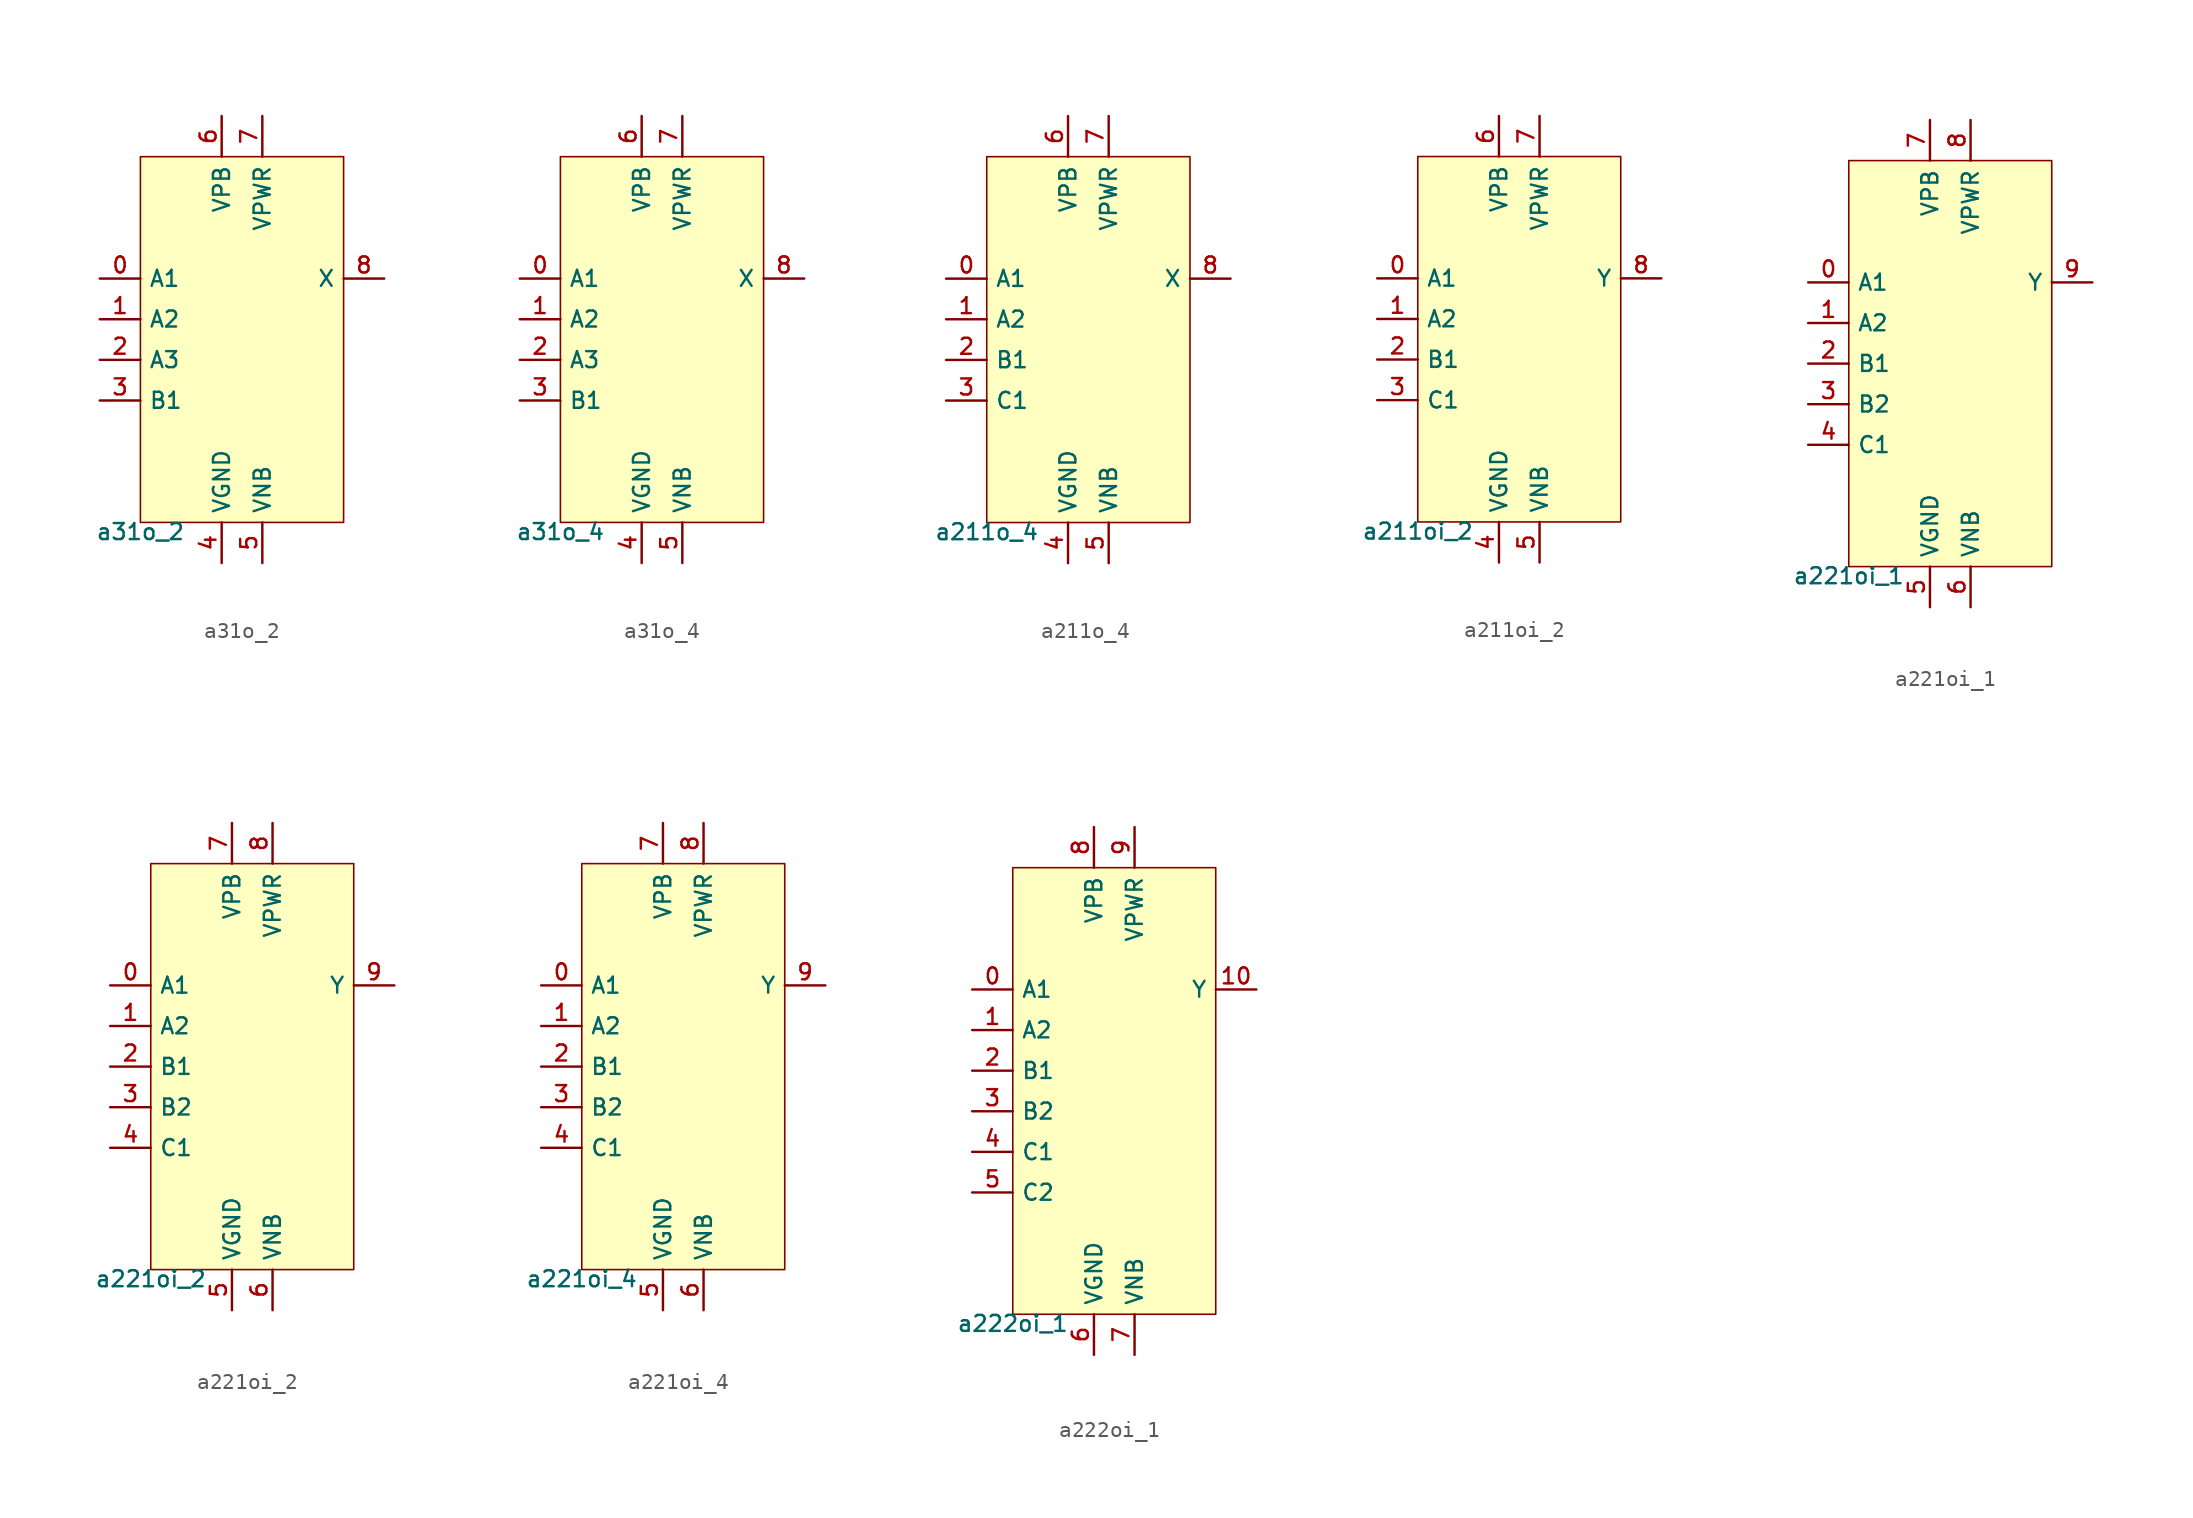
<source format=kicad_sym>
(kicad_symbol_lib
  (version 20211014)
  (generator pdk2kicad)
  (symbol "a31o_2"
    (property "Reference" "X"
      (at 0 0 0)
      (effects (font (size 1 1)) hide))
    (property "Value" "a31o_2"
      (at -6.35 -11.43 0)
      (effects (font (size 1 1)) (justify top)))
    (rectangle
      (start -6.35 -11.43)
      (end 6.35 11.43)
      (stroke (width 0.1) (type solid) (color 0 0 0 0))
      (fill (type background)))
    (pin input line
      (at -8.89 3.81 0)
      (length 2.54)
      (name "A1" (effects (font (size 1 1)) hide))
      (number "0" (effects (font (size 1 1)) hide)))
    (pin input line
      (at -8.89 1.27 0)
      (length 2.54)
      (name "A2" (effects (font (size 1 1)) hide))
      (number "1" (effects (font (size 1 1)) hide)))
    (pin input line
      (at -8.89 -1.27 0)
      (length 2.54)
      (name "A3" (effects (font (size 1 1)) hide))
      (number "2" (effects (font (size 1 1)) hide)))
    (pin input line
      (at -8.89 -3.81 0)
      (length 2.54)
      (name "B1" (effects (font (size 1 1)) hide))
      (number "3" (effects (font (size 1 1)) hide)))
    (pin power_in line
      (at -1.27 -13.97 90)
      (length 2.54)
      (name "VGND" (effects (font (size 1 1)) hide))
      (number "4" (effects (font (size 1 1)) hide)))
    (pin power_in line
      (at 1.27 -13.97 90)
      (length 2.54)
      (name "VNB" (effects (font (size 1 1)) hide))
      (number "5" (effects (font (size 1 1)) hide)))
    (pin power_in line
      (at -1.27 13.97 270)
      (length 2.54)
      (name "VPB" (effects (font (size 1 1)) hide))
      (number "6" (effects (font (size 1 1)) hide)))
    (pin power_in line
      (at 1.27 13.97 270)
      (length 2.54)
      (name "VPWR" (effects (font (size 1 1)) hide))
      (number "7" (effects (font (size 1 1)) hide)))
    (pin output line
      (at 8.89 3.81 180)
      (length 2.54)
      (name "X" (effects (font (size 1 1)) hide))
      (number "8" (effects (font (size 1 1)) hide))))
  (symbol "a31o_4"
    (property "Reference" "X"
      (at 0 0 0)
      (effects (font (size 1 1)) hide))
    (property "Value" "a31o_4"
      (at -6.35 -11.43 0)
      (effects (font (size 1 1)) (justify top)))
    (rectangle
      (start -6.35 -11.43)
      (end 6.35 11.43)
      (stroke (width 0.1) (type solid) (color 0 0 0 0))
      (fill (type background)))
    (pin input line
      (at -8.89 3.81 0)
      (length 2.54)
      (name "A1" (effects (font (size 1 1)) hide))
      (number "0" (effects (font (size 1 1)) hide)))
    (pin input line
      (at -8.89 1.27 0)
      (length 2.54)
      (name "A2" (effects (font (size 1 1)) hide))
      (number "1" (effects (font (size 1 1)) hide)))
    (pin input line
      (at -8.89 -1.27 0)
      (length 2.54)
      (name "A3" (effects (font (size 1 1)) hide))
      (number "2" (effects (font (size 1 1)) hide)))
    (pin input line
      (at -8.89 -3.81 0)
      (length 2.54)
      (name "B1" (effects (font (size 1 1)) hide))
      (number "3" (effects (font (size 1 1)) hide)))
    (pin power_in line
      (at -1.27 -13.97 90)
      (length 2.54)
      (name "VGND" (effects (font (size 1 1)) hide))
      (number "4" (effects (font (size 1 1)) hide)))
    (pin power_in line
      (at 1.27 -13.97 90)
      (length 2.54)
      (name "VNB" (effects (font (size 1 1)) hide))
      (number "5" (effects (font (size 1 1)) hide)))
    (pin power_in line
      (at -1.27 13.97 270)
      (length 2.54)
      (name "VPB" (effects (font (size 1 1)) hide))
      (number "6" (effects (font (size 1 1)) hide)))
    (pin power_in line
      (at 1.27 13.97 270)
      (length 2.54)
      (name "VPWR" (effects (font (size 1 1)) hide))
      (number "7" (effects (font (size 1 1)) hide)))
    (pin output line
      (at 8.89 3.81 180)
      (length 2.54)
      (name "X" (effects (font (size 1 1)) hide))
      (number "8" (effects (font (size 1 1)) hide))))
  (symbol "a211o_4"
    (property "Reference" "X"
      (at 0 0 0)
      (effects (font (size 1 1)) hide))
    (property "Value" "a211o_4"
      (at -6.35 -11.43 0)
      (effects (font (size 1 1)) (justify top)))
    (rectangle
      (start -6.35 -11.43)
      (end 6.35 11.43)
      (stroke (width 0.1) (type solid) (color 0 0 0 0))
      (fill (type background)))
    (pin input line
      (at -8.89 3.81 0)
      (length 2.54)
      (name "A1" (effects (font (size 1 1)) hide))
      (number "0" (effects (font (size 1 1)) hide)))
    (pin input line
      (at -8.89 1.27 0)
      (length 2.54)
      (name "A2" (effects (font (size 1 1)) hide))
      (number "1" (effects (font (size 1 1)) hide)))
    (pin input line
      (at -8.89 -1.27 0)
      (length 2.54)
      (name "B1" (effects (font (size 1 1)) hide))
      (number "2" (effects (font (size 1 1)) hide)))
    (pin input line
      (at -8.89 -3.81 0)
      (length 2.54)
      (name "C1" (effects (font (size 1 1)) hide))
      (number "3" (effects (font (size 1 1)) hide)))
    (pin power_in line
      (at -1.27 -13.97 90)
      (length 2.54)
      (name "VGND" (effects (font (size 1 1)) hide))
      (number "4" (effects (font (size 1 1)) hide)))
    (pin power_in line
      (at 1.27 -13.97 90)
      (length 2.54)
      (name "VNB" (effects (font (size 1 1)) hide))
      (number "5" (effects (font (size 1 1)) hide)))
    (pin power_in line
      (at -1.27 13.97 270)
      (length 2.54)
      (name "VPB" (effects (font (size 1 1)) hide))
      (number "6" (effects (font (size 1 1)) hide)))
    (pin power_in line
      (at 1.27 13.97 270)
      (length 2.54)
      (name "VPWR" (effects (font (size 1 1)) hide))
      (number "7" (effects (font (size 1 1)) hide)))
    (pin output line
      (at 8.89 3.81 180)
      (length 2.54)
      (name "X" (effects (font (size 1 1)) hide))
      (number "8" (effects (font (size 1 1)) hide))))
  (symbol "a211oi_2"
    (property "Reference" "X"
      (at 0 0 0)
      (effects (font (size 1 1)) hide))
    (property "Value" "a211oi_2"
      (at -6.35 -11.43 0)
      (effects (font (size 1 1)) (justify top)))
    (rectangle
      (start -6.35 -11.43)
      (end 6.35 11.43)
      (stroke (width 0.1) (type solid) (color 0 0 0 0))
      (fill (type background)))
    (pin input line
      (at -8.89 3.81 0)
      (length 2.54)
      (name "A1" (effects (font (size 1 1)) hide))
      (number "0" (effects (font (size 1 1)) hide)))
    (pin input line
      (at -8.89 1.27 0)
      (length 2.54)
      (name "A2" (effects (font (size 1 1)) hide))
      (number "1" (effects (font (size 1 1)) hide)))
    (pin input line
      (at -8.89 -1.27 0)
      (length 2.54)
      (name "B1" (effects (font (size 1 1)) hide))
      (number "2" (effects (font (size 1 1)) hide)))
    (pin input line
      (at -8.89 -3.81 0)
      (length 2.54)
      (name "C1" (effects (font (size 1 1)) hide))
      (number "3" (effects (font (size 1 1)) hide)))
    (pin power_in line
      (at -1.27 -13.97 90)
      (length 2.54)
      (name "VGND" (effects (font (size 1 1)) hide))
      (number "4" (effects (font (size 1 1)) hide)))
    (pin power_in line
      (at 1.27 -13.97 90)
      (length 2.54)
      (name "VNB" (effects (font (size 1 1)) hide))
      (number "5" (effects (font (size 1 1)) hide)))
    (pin power_in line
      (at -1.27 13.97 270)
      (length 2.54)
      (name "VPB" (effects (font (size 1 1)) hide))
      (number "6" (effects (font (size 1 1)) hide)))
    (pin power_in line
      (at 1.27 13.97 270)
      (length 2.54)
      (name "VPWR" (effects (font (size 1 1)) hide))
      (number "7" (effects (font (size 1 1)) hide)))
    (pin output line
      (at 8.89 3.81 180)
      (length 2.54)
      (name "Y" (effects (font (size 1 1)) hide))
      (number "8" (effects (font (size 1 1)) hide))))
  (symbol "a221oi_1"
    (property "Reference" "X"
      (at 0 0 0)
      (effects (font (size 1 1)) hide))
    (property "Value" "a221oi_1"
      (at -6.35 -12.7 0)
      (effects (font (size 1 1)) (justify top)))
    (rectangle
      (start -6.35 -12.7)
      (end 6.35 12.7)
      (stroke (width 0.1) (type solid) (color 0 0 0 0))
      (fill (type background)))
    (pin input line
      (at -8.89 5.08 0)
      (length 2.54)
      (name "A1" (effects (font (size 1 1)) hide))
      (number "0" (effects (font (size 1 1)) hide)))
    (pin input line
      (at -8.89 2.54 0)
      (length 2.54)
      (name "A2" (effects (font (size 1 1)) hide))
      (number "1" (effects (font (size 1 1)) hide)))
    (pin input line
      (at -8.89 -8.881784197001252e-16 0)
      (length 2.54)
      (name "B1" (effects (font (size 1 1)) hide))
      (number "2" (effects (font (size 1 1)) hide)))
    (pin input line
      (at -8.89 -2.54 0)
      (length 2.54)
      (name "B2" (effects (font (size 1 1)) hide))
      (number "3" (effects (font (size 1 1)) hide)))
    (pin input line
      (at -8.89 -5.08 0)
      (length 2.54)
      (name "C1" (effects (font (size 1 1)) hide))
      (number "4" (effects (font (size 1 1)) hide)))
    (pin power_in line
      (at -1.27 -15.24 90)
      (length 2.54)
      (name "VGND" (effects (font (size 1 1)) hide))
      (number "5" (effects (font (size 1 1)) hide)))
    (pin power_in line
      (at 1.27 -15.24 90)
      (length 2.54)
      (name "VNB" (effects (font (size 1 1)) hide))
      (number "6" (effects (font (size 1 1)) hide)))
    (pin power_in line
      (at -1.27 15.24 270)
      (length 2.54)
      (name "VPB" (effects (font (size 1 1)) hide))
      (number "7" (effects (font (size 1 1)) hide)))
    (pin power_in line
      (at 1.27 15.24 270)
      (length 2.54)
      (name "VPWR" (effects (font (size 1 1)) hide))
      (number "8" (effects (font (size 1 1)) hide)))
    (pin output line
      (at 8.89 5.08 180)
      (length 2.54)
      (name "Y" (effects (font (size 1 1)) hide))
      (number "9" (effects (font (size 1 1)) hide))))
  (symbol "a221oi_2"
    (property "Reference" "X"
      (at 0 0 0)
      (effects (font (size 1 1)) hide))
    (property "Value" "a221oi_2"
      (at -6.35 -12.7 0)
      (effects (font (size 1 1)) (justify top)))
    (rectangle
      (start -6.35 -12.7)
      (end 6.35 12.7)
      (stroke (width 0.1) (type solid) (color 0 0 0 0))
      (fill (type background)))
    (pin input line
      (at -8.89 5.08 0)
      (length 2.54)
      (name "A1" (effects (font (size 1 1)) hide))
      (number "0" (effects (font (size 1 1)) hide)))
    (pin input line
      (at -8.89 2.54 0)
      (length 2.54)
      (name "A2" (effects (font (size 1 1)) hide))
      (number "1" (effects (font (size 1 1)) hide)))
    (pin input line
      (at -8.89 -8.881784197001252e-16 0)
      (length 2.54)
      (name "B1" (effects (font (size 1 1)) hide))
      (number "2" (effects (font (size 1 1)) hide)))
    (pin input line
      (at -8.89 -2.54 0)
      (length 2.54)
      (name "B2" (effects (font (size 1 1)) hide))
      (number "3" (effects (font (size 1 1)) hide)))
    (pin input line
      (at -8.89 -5.08 0)
      (length 2.54)
      (name "C1" (effects (font (size 1 1)) hide))
      (number "4" (effects (font (size 1 1)) hide)))
    (pin power_in line
      (at -1.27 -15.24 90)
      (length 2.54)
      (name "VGND" (effects (font (size 1 1)) hide))
      (number "5" (effects (font (size 1 1)) hide)))
    (pin power_in line
      (at 1.27 -15.24 90)
      (length 2.54)
      (name "VNB" (effects (font (size 1 1)) hide))
      (number "6" (effects (font (size 1 1)) hide)))
    (pin power_in line
      (at -1.27 15.24 270)
      (length 2.54)
      (name "VPB" (effects (font (size 1 1)) hide))
      (number "7" (effects (font (size 1 1)) hide)))
    (pin power_in line
      (at 1.27 15.24 270)
      (length 2.54)
      (name "VPWR" (effects (font (size 1 1)) hide))
      (number "8" (effects (font (size 1 1)) hide)))
    (pin output line
      (at 8.89 5.08 180)
      (length 2.54)
      (name "Y" (effects (font (size 1 1)) hide))
      (number "9" (effects (font (size 1 1)) hide))))
  (symbol "a221oi_4"
    (property "Reference" "X"
      (at 0 0 0)
      (effects (font (size 1 1)) hide))
    (property "Value" "a221oi_4"
      (at -6.35 -12.7 0)
      (effects (font (size 1 1)) (justify top)))
    (rectangle
      (start -6.35 -12.7)
      (end 6.35 12.7)
      (stroke (width 0.1) (type solid) (color 0 0 0 0))
      (fill (type background)))
    (pin input line
      (at -8.89 5.08 0)
      (length 2.54)
      (name "A1" (effects (font (size 1 1)) hide))
      (number "0" (effects (font (size 1 1)) hide)))
    (pin input line
      (at -8.89 2.54 0)
      (length 2.54)
      (name "A2" (effects (font (size 1 1)) hide))
      (number "1" (effects (font (size 1 1)) hide)))
    (pin input line
      (at -8.89 -8.881784197001252e-16 0)
      (length 2.54)
      (name "B1" (effects (font (size 1 1)) hide))
      (number "2" (effects (font (size 1 1)) hide)))
    (pin input line
      (at -8.89 -2.54 0)
      (length 2.54)
      (name "B2" (effects (font (size 1 1)) hide))
      (number "3" (effects (font (size 1 1)) hide)))
    (pin input line
      (at -8.89 -5.08 0)
      (length 2.54)
      (name "C1" (effects (font (size 1 1)) hide))
      (number "4" (effects (font (size 1 1)) hide)))
    (pin power_in line
      (at -1.27 -15.24 90)
      (length 2.54)
      (name "VGND" (effects (font (size 1 1)) hide))
      (number "5" (effects (font (size 1 1)) hide)))
    (pin power_in line
      (at 1.27 -15.24 90)
      (length 2.54)
      (name "VNB" (effects (font (size 1 1)) hide))
      (number "6" (effects (font (size 1 1)) hide)))
    (pin power_in line
      (at -1.27 15.24 270)
      (length 2.54)
      (name "VPB" (effects (font (size 1 1)) hide))
      (number "7" (effects (font (size 1 1)) hide)))
    (pin power_in line
      (at 1.27 15.24 270)
      (length 2.54)
      (name "VPWR" (effects (font (size 1 1)) hide))
      (number "8" (effects (font (size 1 1)) hide)))
    (pin output line
      (at 8.89 5.08 180)
      (length 2.54)
      (name "Y" (effects (font (size 1 1)) hide))
      (number "9" (effects (font (size 1 1)) hide))))
  (symbol "a222oi_1"
    (property "Reference" "X"
      (at 0 0 0)
      (effects (font (size 1 1)) hide))
    (property "Value" "a222oi_1"
      (at -6.35 -13.97 0)
      (effects (font (size 1 1)) (justify top)))
    (rectangle
      (start -6.35 -13.97)
      (end 6.35 13.97)
      (stroke (width 0.1) (type solid) (color 0 0 0 0))
      (fill (type background)))
    (pin input line
      (at -8.89 6.35 0)
      (length 2.54)
      (name "A1" (effects (font (size 1 1)) hide))
      (number "0" (effects (font (size 1 1)) hide)))
    (pin input line
      (at -8.89 3.81 0)
      (length 2.54)
      (name "A2" (effects (font (size 1 1)) hide))
      (number "1" (effects (font (size 1 1)) hide)))
    (pin input line
      (at -8.89 1.27 0)
      (length 2.54)
      (name "B1" (effects (font (size 1 1)) hide))
      (number "2" (effects (font (size 1 1)) hide)))
    (pin input line
      (at -8.89 -1.27 0)
      (length 2.54)
      (name "B2" (effects (font (size 1 1)) hide))
      (number "3" (effects (font (size 1 1)) hide)))
    (pin input line
      (at -8.89 -3.81 0)
      (length 2.54)
      (name "C1" (effects (font (size 1 1)) hide))
      (number "4" (effects (font (size 1 1)) hide)))
    (pin input line
      (at -8.89 -6.35 0)
      (length 2.54)
      (name "C2" (effects (font (size 1 1)) hide))
      (number "5" (effects (font (size 1 1)) hide)))
    (pin power_in line
      (at -1.27 -16.51 90)
      (length 2.54)
      (name "VGND" (effects (font (size 1 1)) hide))
      (number "6" (effects (font (size 1 1)) hide)))
    (pin power_in line
      (at 1.27 -16.51 90)
      (length 2.54)
      (name "VNB" (effects (font (size 1 1)) hide))
      (number "7" (effects (font (size 1 1)) hide)))
    (pin power_in line
      (at -1.27 16.51 270)
      (length 2.54)
      (name "VPB" (effects (font (size 1 1)) hide))
      (number "8" (effects (font (size 1 1)) hide)))
    (pin power_in line
      (at 1.27 16.51 270)
      (length 2.54)
      (name "VPWR" (effects (font (size 1 1)) hide))
      (number "9" (effects (font (size 1 1)) hide)))
    (pin output line
      (at 8.89 6.35 180)
      (length 2.54)
      (name "Y" (effects (font (size 1 1)) hide))
      (number "10" (effects (font (size 1 1)) hide)))))
</source>
